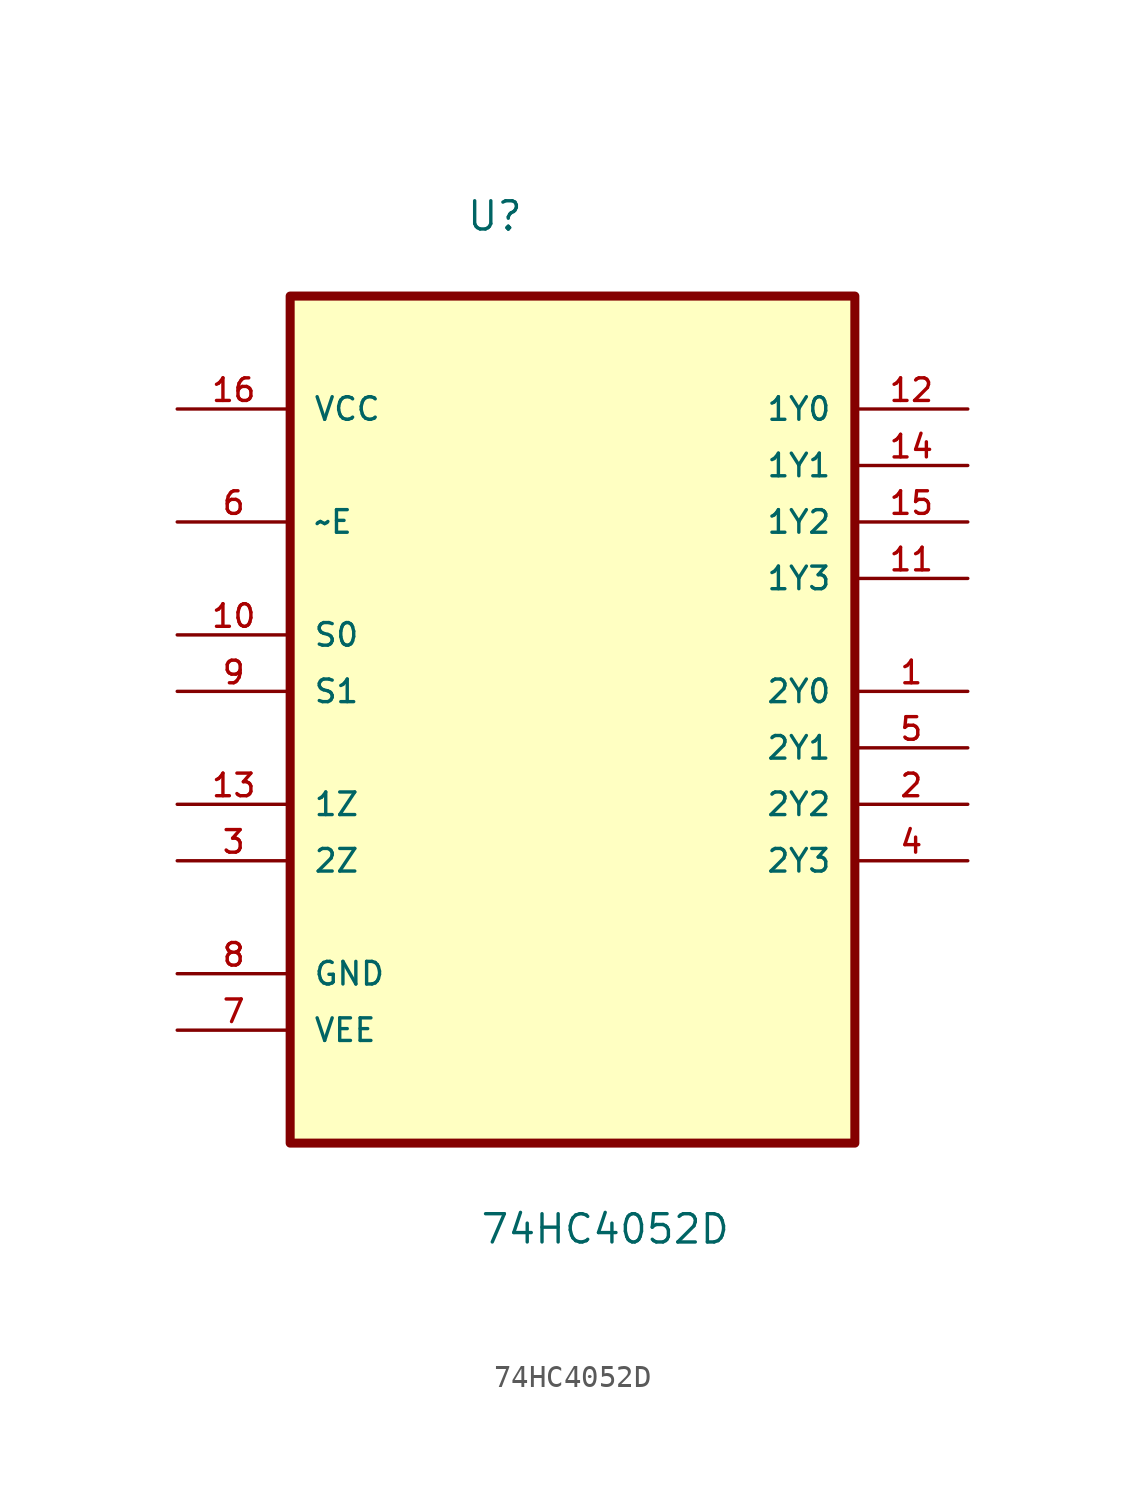
<source format=kicad_sym>
(kicad_symbol_lib
  (version 20211014)
  (generator kicad_symbol_editor)
  (symbol "74HC4052D"
    (pin_names
      (offset 1.016))
    (property "Reference" "U"
      (at -4.803 18.094 0.0)
      (effects (font (size 1.27 1.27)) (justify bottom left)))
    (property "Value" "74HC4052D"
      (at -4.193 -27.47 0.0)
      (effects (font (size 1.27 1.27)) (justify bottom left)))
    (symbol "74HC4052D_0_0"
      (rectangle (start -12.7 -22.86) (end 12.7 15.24) (stroke (width 0.406)) (fill (type background)))
      (pin power_in line (at -17.78 10.16 0) (length 5.08) (name "VCC" (effects (font (size 1.016 1.016)))) (number "16" (effects (font (size 1.016 1.016)))))
      (pin input line (at -17.78 5.08 0) (length 5.08) (name "~E" (effects (font (size 1.016 1.016)))) (number "6" (effects (font (size 1.016 1.016)))))
      (pin input line (at -17.78 0.0 0) (length 5.08) (name "S0" (effects (font (size 1.016 1.016)))) (number "10" (effects (font (size 1.016 1.016)))))
      (pin input line (at -17.78 -2.54 0) (length 5.08) (name "S1" (effects (font (size 1.016 1.016)))) (number "9" (effects (font (size 1.016 1.016)))))
      (pin bidirectional line (at -17.78 -7.62 0) (length 5.08) (name "1Z" (effects (font (size 1.016 1.016)))) (number "13" (effects (font (size 1.016 1.016)))))
      (pin bidirectional line (at -17.78 -10.16 0) (length 5.08) (name "2Z" (effects (font (size 1.016 1.016)))) (number "3" (effects (font (size 1.016 1.016)))))
      (pin passive line (at -17.78 -15.24 0) (length 5.08) (name "GND" (effects (font (size 1.016 1.016)))) (number "8" (effects (font (size 1.016 1.016)))))
      (pin power_in line (at -17.78 -17.78 0) (length 5.08) (name "VEE" (effects (font (size 1.016 1.016)))) (number "7" (effects (font (size 1.016 1.016)))))
      (pin bidirectional line (at 17.78 10.16 180.0) (length 5.08) (name "1Y0" (effects (font (size 1.016 1.016)))) (number "12" (effects (font (size 1.016 1.016)))))
      (pin bidirectional line (at 17.78 7.62 180.0) (length 5.08) (name "1Y1" (effects (font (size 1.016 1.016)))) (number "14" (effects (font (size 1.016 1.016)))))
      (pin bidirectional line (at 17.78 5.08 180.0) (length 5.08) (name "1Y2" (effects (font (size 1.016 1.016)))) (number "15" (effects (font (size 1.016 1.016)))))
      (pin bidirectional line (at 17.78 2.54 180.0) (length 5.08) (name "1Y3" (effects (font (size 1.016 1.016)))) (number "11" (effects (font (size 1.016 1.016)))))
      (pin bidirectional line (at 17.78 -2.54 180.0) (length 5.08) (name "2Y0" (effects (font (size 1.016 1.016)))) (number "1" (effects (font (size 1.016 1.016)))))
      (pin bidirectional line (at 17.78 -5.08 180.0) (length 5.08) (name "2Y1" (effects (font (size 1.016 1.016)))) (number "5" (effects (font (size 1.016 1.016)))))
      (pin bidirectional line (at 17.78 -7.62 180.0) (length 5.08) (name "2Y2" (effects (font (size 1.016 1.016)))) (number "2" (effects (font (size 1.016 1.016)))))
      (pin bidirectional line (at 17.78 -10.16 180.0) (length 5.08) (name "2Y3" (effects (font (size 1.016 1.016)))) (number "4" (effects (font (size 1.016 1.016))))))))
</source>
